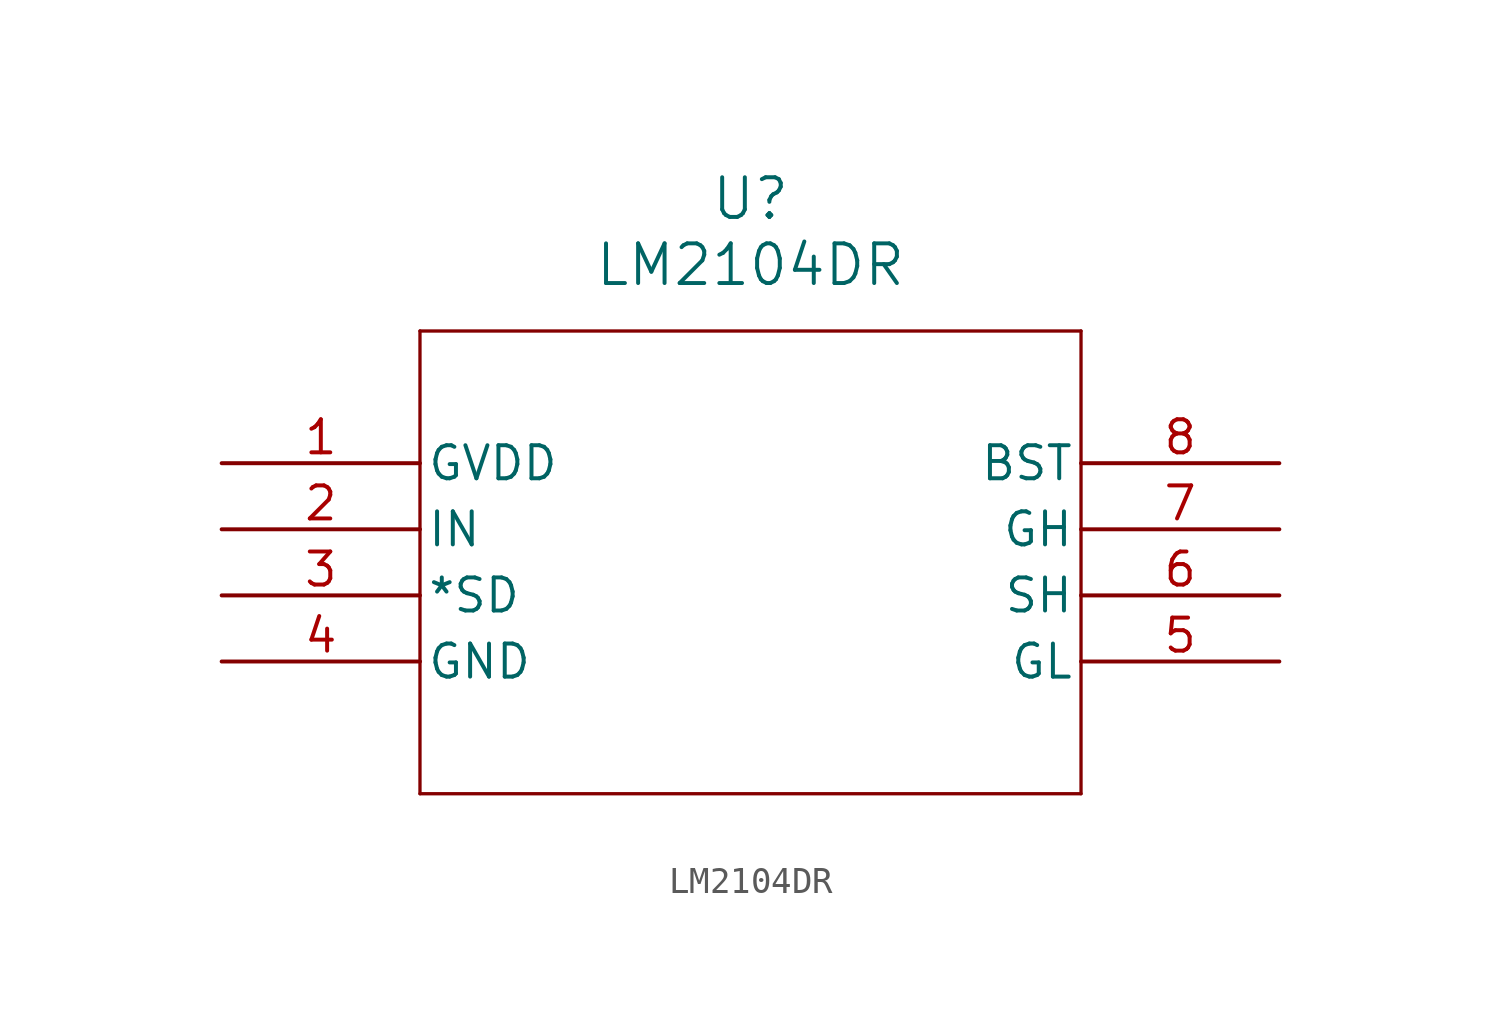
<source format=kicad_sym>
(kicad_symbol_lib
  (version 20241209)
  (generator "kicad_symbol_editor")
  (generator_version "9.0")
  (symbol "LM2104DR"
    (pin_names
      (offset 0.254))
    (property "Reference" "U"
      (at 20.32 10.16 0)
      (effects (font (size 1.524 1.524))))
    (property "Value" "LM2104DR"
      (at 20.32 7.62 0)
      (effects (font (size 1.524 1.524))))
    (symbol "LM2104DR_0_1"
      (polyline (pts (xy 7.62 5.08) (xy 7.62 -12.7)) (stroke (width 0.127) (type default)) (fill (type none)))
      (polyline (pts (xy 7.62 -12.7) (xy 33.02 -12.7)) (stroke (width 0.127) (type default)) (fill (type none)))
      (polyline (pts (xy 33.02 5.08) (xy 7.62 5.08)) (stroke (width 0.127) (type default)) (fill (type none)))
      (polyline (pts (xy 33.02 -12.7) (xy 33.02 5.08)) (stroke (width 0.127) (type default)) (fill (type none)))
      (pin power_in line (at 0 0 0) (length 7.62) (name "GVDD" (effects (font (size 1.27 1.27)))) (number "1" (effects (font (size 1.27 1.27)))))
      (pin input line (at 0 -2.54 0) (length 7.62) (name "IN" (effects (font (size 1.27 1.27)))) (number "2" (effects (font (size 1.27 1.27)))))
      (pin input line (at 0 -5.08 0) (length 7.62) (name "*SD" (effects (font (size 1.27 1.27)))) (number "3" (effects (font (size 1.27 1.27)))))
      (pin power_out line (at 0 -7.62 0) (length 7.62) (name "GND" (effects (font (size 1.27 1.27)))) (number "4" (effects (font (size 1.27 1.27)))))
      (pin power_in line (at 40.64 0 180) (length 7.62) (name "BST" (effects (font (size 1.27 1.27)))) (number "8" (effects (font (size 1.27 1.27)))))
      (pin output line (at 40.64 -2.54 180) (length 7.62) (name "GH" (effects (font (size 1.27 1.27)))) (number "7" (effects (font (size 1.27 1.27)))))
      (pin power_in line (at 40.64 -5.08 180) (length 7.62) (name "SH" (effects (font (size 1.27 1.27)))) (number "6" (effects (font (size 1.27 1.27)))))
      (pin output line (at 40.64 -7.62 180) (length 7.62) (name "GL" (effects (font (size 1.27 1.27)))) (number "5" (effects (font (size 1.27 1.27))))))))
</source>
